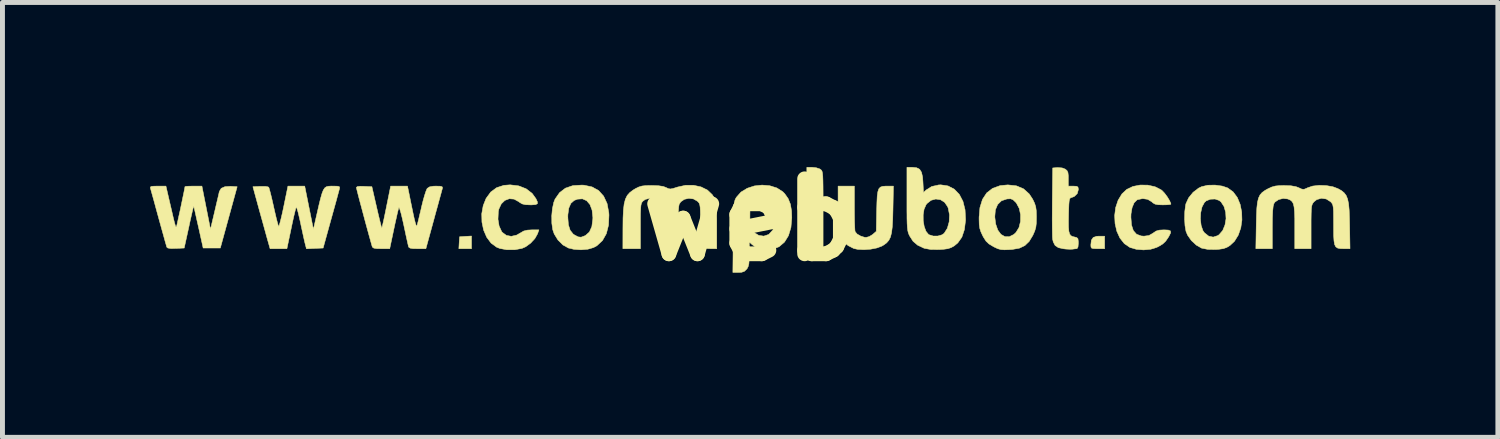
<source format=kicad_pcb>
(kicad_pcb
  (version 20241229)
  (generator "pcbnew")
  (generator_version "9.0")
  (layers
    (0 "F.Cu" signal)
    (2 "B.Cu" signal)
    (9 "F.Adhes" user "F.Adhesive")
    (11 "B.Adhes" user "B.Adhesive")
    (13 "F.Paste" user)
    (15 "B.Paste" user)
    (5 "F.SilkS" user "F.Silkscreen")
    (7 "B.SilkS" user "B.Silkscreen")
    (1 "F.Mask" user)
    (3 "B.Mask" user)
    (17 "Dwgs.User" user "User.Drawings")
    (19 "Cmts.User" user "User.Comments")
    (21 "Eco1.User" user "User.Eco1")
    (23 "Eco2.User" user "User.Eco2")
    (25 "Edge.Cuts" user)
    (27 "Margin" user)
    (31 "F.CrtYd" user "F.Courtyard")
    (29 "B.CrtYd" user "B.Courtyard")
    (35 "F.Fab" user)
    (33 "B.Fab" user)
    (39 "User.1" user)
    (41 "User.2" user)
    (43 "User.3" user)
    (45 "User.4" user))
  (footprint "web"
    (layer "F.Cu")
    (at 12.175 1.418)
    (property "Reference" "web" (at 0 0 0) (layer "F.SilkS") (effects (font (size 1.524 1.524) (thickness 0.3))))
    (attr through_hole)
    (fp_poly (pts (xy -5.644 0.585) (xy -5.901 0.585) (xy -5.894 0.464) (xy -5.886 0.343) (xy -5.765 0.335) (xy -5.644 0.328) (xy -5.644 0.585)) (stroke (width 0.01) (type solid)) (fill yes) (layer "F.SilkS"))
    (fp_poly (pts (xy 7.221 0.585) (xy 7.081 0.585) (xy 7.001 0.584) (xy 6.959 0.575) (xy 6.944 0.553) (xy 6.941 0.509) (xy 6.941 0.507) (xy 6.952 0.412) (xy 6.99 0.357) (xy 7.061 0.333) (xy 7.107 0.331) (xy 7.221 0.331) (xy 7.221 0.585)) (stroke (width 0.01) (type solid)) (fill yes) (layer "F.SilkS"))
    (fp_poly (pts (xy 1.361 -1.059) (xy 1.431 -1.036) (xy 1.444 -1.028) (xy 1.459 -1.016) (xy 1.472 -1.001) (xy 1.482 -0.977) (xy 1.489 -0.939) (xy 1.494 -0.881) (xy 1.497 -0.798) (xy 1.499 -0.684) (xy 1.5 -0.533) (xy 1.5 -0.341) (xy 1.5 -0.202) (xy 1.5 0.585) (xy 1.17 0.585) (xy 1.17 -1.068) (xy 1.278 -1.068) (xy 1.361 -1.059)) (stroke (width 0.01) (type solid)) (fill yes) (layer "F.SilkS"))
    (fp_poly (pts (xy 2.136 -0.244) (xy 2.137 -0.096) (xy 2.139 0.035) (xy 2.143 0.142) (xy 2.147 0.214) (xy 2.152 0.24) (xy 2.191 0.287) (xy 2.261 0.328) (xy 2.34 0.353) (xy 2.375 0.356) (xy 2.437 0.34) (xy 2.503 0.3) (xy 2.509 0.295) (xy 2.581 0.233) (xy 2.589 -0.182) (xy 2.594 -0.354) (xy 2.6 -0.482) (xy 2.613 -0.572) (xy 2.633 -0.631) (xy 2.664 -0.665) (xy 2.709 -0.681) (xy 2.77 -0.686) (xy 2.803 -0.686) (xy 2.929 -0.686) (xy 2.92 -0.21) (xy 2.915 -0.012) (xy 2.906 0.143) (xy 2.891 0.261) (xy 2.869 0.349) (xy 2.836 0.415) (xy 2.791 0.467) (xy 2.732 0.51) (xy 2.695 0.532) (xy 2.595 0.57) (xy 2.467 0.595) (xy 2.33 0.605) (xy 2.204 0.599) (xy 2.123 0.581) (xy 2.01 0.523) (xy 1.912 0.443) (xy 1.847 0.354) (xy 1.841 0.341) (xy 1.827 0.29) (xy 1.816 0.211) (xy 1.81 0.098) (xy 1.806 -0.055) (xy 1.805 -0.215) (xy 1.805 -0.686) (xy 2.136 -0.686) (xy 2.136 -0.244)) (stroke (width 0.01) (type solid)) (fill yes) (layer "F.SilkS"))
    (fp_poly (pts (xy -4.686 -0.691) (xy -4.534 -0.632) (xy -4.412 -0.538) (xy -4.334 -0.43) (xy -4.305 -0.366) (xy -4.305 -0.329) (xy -4.341 -0.311) (xy -4.42 -0.305) (xy -4.452 -0.305) (xy -4.549 -0.309) (xy -4.615 -0.325) (xy -4.669 -0.357) (xy -4.683 -0.369) (xy -4.779 -0.422) (xy -4.876 -0.43) (xy -4.966 -0.396) (xy -5.039 -0.325) (xy -5.088 -0.22) (xy -5.099 -0.169) (xy -5.106 -0.014) (xy -5.083 0.125) (xy -5.032 0.236) (xy -5.018 0.254) (xy -4.936 0.315) (xy -4.836 0.334) (xy -4.729 0.31) (xy -4.653 0.267) (xy -4.585 0.227) (xy -4.509 0.208) (xy -4.42 0.203) (xy -4.274 0.203) (xy -4.302 0.283) (xy -4.356 0.379) (xy -4.442 0.472) (xy -4.543 0.546) (xy -4.618 0.579) (xy -4.768 0.607) (xy -4.924 0.607) (xy -5.067 0.581) (xy -5.133 0.555) (xy -5.246 0.472) (xy -5.335 0.353) (xy -5.398 0.207) (xy -5.432 0.045) (xy -5.436 -0.124) (xy -5.406 -0.291) (xy -5.348 -0.436) (xy -5.253 -0.566) (xy -5.134 -0.654) (xy -4.987 -0.702) (xy -4.859 -0.712) (xy -4.686 -0.691)) (stroke (width 0.01) (type solid)) (fill yes) (layer "F.SilkS"))
    (fp_poly (pts (xy 6.357 -1.056) (xy 6.422 -1.031) (xy 6.457 -1.001) (xy 6.476 -0.961) (xy 6.483 -0.895) (xy 6.483 -0.838) (xy 6.483 -0.686) (xy 6.585 -0.686) (xy 6.65 -0.683) (xy 6.679 -0.667) (xy 6.687 -0.627) (xy 6.687 -0.614) (xy 6.664 -0.533) (xy 6.602 -0.474) (xy 6.547 -0.454) (xy 6.525 -0.446) (xy 6.511 -0.427) (xy 6.501 -0.387) (xy 6.495 -0.318) (xy 6.491 -0.212) (xy 6.489 -0.14) (xy 6.486 0.025) (xy 6.487 0.147) (xy 6.494 0.231) (xy 6.51 0.287) (xy 6.534 0.32) (xy 6.569 0.338) (xy 6.599 0.345) (xy 6.654 0.359) (xy 6.679 0.383) (xy 6.686 0.435) (xy 6.687 0.473) (xy 6.68 0.551) (xy 6.66 0.584) (xy 6.655 0.585) (xy 6.604 0.59) (xy 6.572 0.595) (xy 6.519 0.597) (xy 6.437 0.593) (xy 6.385 0.587) (xy 6.281 0.564) (xy 6.215 0.52) (xy 6.177 0.447) (xy 6.165 0.396) (xy 6.161 0.35) (xy 6.159 0.261) (xy 6.157 0.136) (xy 6.156 -0.016) (xy 6.157 -0.19) (xy 6.158 -0.369) (xy 6.166 -1.055) (xy 6.263 -1.063) (xy 6.357 -1.056)) (stroke (width 0.01) (type solid)) (fill yes) (layer "F.SilkS"))
    (fp_poly (pts (xy -3.359 -0.705) (xy -3.195 -0.67) (xy -3.061 -0.596) (xy -2.959 -0.482) (xy -2.889 -0.332) (xy -2.854 -0.145) (xy -2.851 -0.098) (xy -2.86 0.107) (xy -2.904 0.28) (xy -2.983 0.42) (xy -3.096 0.525) (xy -3.164 0.562) (xy -3.28 0.596) (xy -3.42 0.608) (xy -3.563 0.598) (xy -3.674 0.572) (xy -3.787 0.509) (xy -3.888 0.408) (xy -3.963 0.286) (xy -3.993 0.2) (xy -4.012 0.068) (xy -4.013 -0.051) (xy -3.687 -0.051) (xy -3.675 0.1) (xy -3.64 0.21) (xy -3.579 0.287) (xy -3.55 0.307) (xy -3.477 0.345) (xy -3.418 0.352) (xy -3.35 0.327) (xy -3.327 0.316) (xy -3.249 0.247) (xy -3.199 0.137) (xy -3.179 -0.016) (xy -3.178 -0.051) (xy -3.194 -0.198) (xy -3.237 -0.312) (xy -3.304 -0.39) (xy -3.39 -0.428) (xy -3.492 -0.421) (xy -3.558 -0.395) (xy -3.625 -0.336) (xy -3.667 -0.24) (xy -3.686 -0.104) (xy -3.687 -0.051) (xy -4.013 -0.051) (xy -4.014 -0.08) (xy -4 -0.228) (xy -3.972 -0.357) (xy -3.946 -0.423) (xy -3.854 -0.554) (xy -3.735 -0.645) (xy -3.585 -0.696) (xy -3.404 -0.707) (xy -3.359 -0.705)) (stroke (width 0.01) (type solid)) (fill yes) (layer "F.SilkS"))
    (fp_poly (pts (xy 9.61 -0.687) (xy 9.722 -0.649) (xy 9.832 -0.569) (xy 9.917 -0.455) (xy 9.975 -0.315) (xy 10.006 -0.16) (xy 10.011 0.003) (xy 9.988 0.162) (xy 9.937 0.309) (xy 9.859 0.435) (xy 9.769 0.519) (xy 9.702 0.56) (xy 9.633 0.584) (xy 9.545 0.597) (xy 9.479 0.602) (xy 9.316 0.599) (xy 9.193 0.574) (xy 9.191 0.574) (xy 9.083 0.512) (xy 8.983 0.419) (xy 8.906 0.309) (xy 8.874 0.231) (xy 8.854 0.115) (xy 8.847 -0.013) (xy 9.167 -0.013) (xy 9.182 0.113) (xy 9.218 0.218) (xy 9.248 0.261) (xy 9.336 0.331) (xy 9.427 0.35) (xy 9.519 0.32) (xy 9.547 0.301) (xy 9.621 0.215) (xy 9.667 0.102) (xy 9.688 -0.025) (xy 9.681 -0.153) (xy 9.648 -0.27) (xy 9.588 -0.363) (xy 9.549 -0.395) (xy 9.465 -0.424) (xy 9.369 -0.42) (xy 9.284 -0.386) (xy 9.249 -0.354) (xy 9.2 -0.263) (xy 9.173 -0.143) (xy 9.167 -0.013) (xy 8.847 -0.013) (xy 8.846 -0.027) (xy 8.85 -0.172) (xy 8.866 -0.297) (xy 8.873 -0.329) (xy 8.928 -0.448) (xy 9.018 -0.559) (xy 9.13 -0.645) (xy 9.192 -0.675) (xy 9.317 -0.704) (xy 9.464 -0.707) (xy 9.61 -0.687)) (stroke (width 0.01) (type solid)) (fill yes) (layer "F.SilkS"))
    (fp_poly (pts (xy 8.098 -0.706) (xy 8.246 -0.673) (xy 8.37 -0.61) (xy 8.39 -0.594) (xy 8.44 -0.541) (xy 8.493 -0.47) (xy 8.538 -0.396) (xy 8.565 -0.337) (xy 8.568 -0.319) (xy 8.545 -0.312) (xy 8.485 -0.307) (xy 8.404 -0.305) (xy 8.309 -0.308) (xy 8.247 -0.32) (xy 8.203 -0.345) (xy 8.177 -0.369) (xy 8.095 -0.418) (xy 7.994 -0.433) (xy 7.894 -0.412) (xy 7.878 -0.405) (xy 7.82 -0.347) (xy 7.779 -0.249) (xy 7.757 -0.121) (xy 7.755 -0.053) (xy 7.767 0.103) (xy 7.804 0.217) (xy 7.869 0.291) (xy 7.962 0.326) (xy 8.02 0.331) (xy 8.12 0.318) (xy 8.2 0.273) (xy 8.208 0.267) (xy 8.267 0.227) (xy 8.334 0.208) (xy 8.426 0.203) (xy 8.515 0.207) (xy 8.559 0.225) (xy 8.562 0.264) (xy 8.528 0.333) (xy 8.514 0.356) (xy 8.461 0.433) (xy 8.402 0.489) (xy 8.321 0.538) (xy 8.276 0.56) (xy 8.156 0.597) (xy 8.012 0.61) (xy 7.867 0.598) (xy 7.741 0.562) (xy 7.737 0.561) (xy 7.621 0.482) (xy 7.531 0.368) (xy 7.468 0.229) (xy 7.433 0.074) (xy 7.425 -0.089) (xy 7.445 -0.249) (xy 7.495 -0.399) (xy 7.573 -0.528) (xy 7.67 -0.619) (xy 7.795 -0.679) (xy 7.943 -0.708) (xy 8.098 -0.706)) (stroke (width 0.01) (type solid)) (fill yes) (layer "F.SilkS"))
    (fp_poly (pts (xy 5.428 -0.692) (xy 5.573 -0.631) (xy 5.688 -0.528) (xy 5.759 -0.42) (xy 5.798 -0.338) (xy 5.821 -0.266) (xy 5.832 -0.186) (xy 5.835 -0.078) (xy 5.835 -0.053) (xy 5.833 0.065) (xy 5.823 0.151) (xy 5.801 0.226) (xy 5.765 0.308) (xy 5.763 0.313) (xy 5.688 0.437) (xy 5.6 0.522) (xy 5.488 0.575) (xy 5.341 0.601) (xy 5.293 0.604) (xy 5.188 0.608) (xy 5.113 0.603) (xy 5.048 0.585) (xy 4.974 0.55) (xy 4.958 0.541) (xy 4.871 0.489) (xy 4.811 0.432) (xy 4.759 0.351) (xy 4.744 0.323) (xy 4.707 0.243) (xy 4.684 0.172) (xy 4.673 0.093) (xy 4.67 -0.015) (xy 4.67 -0.045) (xy 4.671 -0.062) (xy 4.989 -0.062) (xy 5.007 0.083) (xy 5.05 0.207) (xy 5.114 0.294) (xy 5.194 0.34) (xy 5.283 0.342) (xy 5.373 0.298) (xy 5.42 0.255) (xy 5.481 0.155) (xy 5.512 0.03) (xy 5.513 -0.105) (xy 5.486 -0.233) (xy 5.429 -0.34) (xy 5.414 -0.358) (xy 5.36 -0.409) (xy 5.311 -0.429) (xy 5.242 -0.426) (xy 5.231 -0.424) (xy 5.124 -0.388) (xy 5.047 -0.312) (xy 5.001 -0.203) (xy 4.989 -0.062) (xy 4.671 -0.062) (xy 4.687 -0.249) (xy 4.739 -0.417) (xy 4.825 -0.548) (xy 4.945 -0.641) (xy 5.097 -0.696) (xy 5.254 -0.711) (xy 5.428 -0.692)) (stroke (width 0.01) (type solid)) (fill yes) (layer "F.SilkS"))
    (fp_poly (pts (xy 3.401 -1.059) (xy 3.462 -1.028) (xy 3.5 -0.967) (xy 3.522 -0.87) (xy 3.53 -0.758) (xy 3.54 -0.556) (xy 3.594 -0.607) (xy 3.707 -0.678) (xy 3.848 -0.71) (xy 3.893 -0.712) (xy 4.041 -0.689) (xy 4.167 -0.623) (xy 4.268 -0.518) (xy 4.342 -0.377) (xy 4.385 -0.205) (xy 4.395 -0.006) (xy 4.395 0.008) (xy 4.371 0.199) (xy 4.32 0.351) (xy 4.238 0.467) (xy 4.165 0.528) (xy 4.102 0.563) (xy 4.036 0.585) (xy 3.95 0.597) (xy 3.856 0.603) (xy 3.687 0.601) (xy 3.564 0.579) (xy 3.548 0.574) (xy 3.42 0.513) (xy 3.328 0.434) (xy 3.261 0.33) (xy 3.243 0.293) (xy 3.23 0.257) (xy 3.22 0.213) (xy 3.213 0.154) (xy 3.208 0.075) (xy 3.205 -0.032) (xy 3.205 -0.103) (xy 3.534 -0.103) (xy 3.535 0.018) (xy 3.555 0.135) (xy 3.591 0.232) (xy 3.643 0.296) (xy 3.653 0.302) (xy 3.736 0.328) (xy 3.831 0.328) (xy 3.918 0.303) (xy 3.96 0.273) (xy 4.025 0.171) (xy 4.062 0.04) (xy 4.069 -0.101) (xy 4.043 -0.237) (xy 4.031 -0.268) (xy 3.97 -0.357) (xy 3.886 -0.41) (xy 3.79 -0.424) (xy 3.694 -0.398) (xy 3.611 -0.332) (xy 3.592 -0.307) (xy 3.552 -0.216) (xy 3.534 -0.103) (xy 3.205 -0.103) (xy 3.204 -0.174) (xy 3.204 -0.358) (xy 3.204 -0.425) (xy 3.204 -1.068) (xy 3.314 -1.068) (xy 3.401 -1.059)) (stroke (width 0.01) (type solid)) (fill yes) (layer "F.SilkS"))
    (fp_poly (pts (xy 0.416 -0.694) (xy 0.56 -0.649) (xy 0.681 -0.572) (xy 0.72 -0.532) (xy 0.791 -0.431) (xy 0.836 -0.319) (xy 0.859 -0.183) (xy 0.864 -0.045) (xy 0.847 0.153) (xy 0.797 0.32) (xy 0.716 0.451) (xy 0.606 0.545) (xy 0.47 0.599) (xy 0.357 0.61) (xy 0.238 0.601) (xy 0.145 0.567) (xy 0.057 0.501) (xy 0 0.449) (xy 0 0.691) (xy -0.002 0.81) (xy -0.008 0.891) (xy -0.021 0.945) (xy -0.042 0.987) (xy -0.053 1.001) (xy -0.099 1.045) (xy -0.157 1.065) (xy -0.219 1.068) (xy -0.333 1.068) (xy -0.326 0.35) (xy -0.323 0.139) (xy -0.321 -0.027) (xy -0.32 -0.051) (xy 0.013 -0.051) (xy 0.013 0.059) (xy 0.018 0.132) (xy 0.029 0.179) (xy 0.051 0.213) (xy 0.087 0.248) (xy 0.096 0.256) (xy 0.193 0.315) (xy 0.295 0.33) (xy 0.39 0.298) (xy 0.401 0.291) (xy 0.479 0.206) (xy 0.523 0.082) (xy 0.534 -0.043) (xy 0.518 -0.185) (xy 0.474 -0.299) (xy 0.409 -0.381) (xy 0.327 -0.426) (xy 0.235 -0.431) (xy 0.138 -0.391) (xy 0.096 -0.358) (xy 0.057 -0.321) (xy 0.032 -0.287) (xy 0.019 -0.244) (xy 0.014 -0.177) (xy 0.013 -0.075) (xy 0.013 -0.051) (xy -0.32 -0.051) (xy -0.317 -0.154) (xy -0.313 -0.25) (xy -0.307 -0.319) (xy -0.299 -0.369) (xy -0.289 -0.406) (xy -0.275 -0.436) (xy -0.261 -0.46) (xy -0.168 -0.565) (xy -0.042 -0.642) (xy 0.104 -0.69) (xy 0.261 -0.707) (xy 0.416 -0.694)) (stroke (width 0.01) (type solid)) (fill yes) (layer "F.SilkS"))
    (fp_poly (pts (xy -8.452 -0.686) (xy -8.373 -0.685) (xy -8.333 -0.677) (xy -8.323 -0.658) (xy -8.328 -0.629) (xy -8.339 -0.589) (xy -8.361 -0.508) (xy -8.392 -0.392) (xy -8.431 -0.252) (xy -8.475 -0.093) (xy -8.501 0) (xy -8.659 0.572) (xy -8.998 0.587) (xy -9.02 0.503) (xy -9.034 0.448) (xy -9.055 0.354) (xy -9.081 0.235) (xy -9.11 0.102) (xy -9.116 0.07) (xy -9.144 -0.053) (xy -9.168 -0.155) (xy -9.189 -0.226) (xy -9.203 -0.259) (xy -9.205 -0.26) (xy -9.216 -0.23) (xy -9.234 -0.159) (xy -9.259 -0.055) (xy -9.287 0.072) (xy -9.308 0.172) (xy -9.395 0.585) (xy -9.566 0.585) (xy -9.737 0.585) (xy -9.775 0.451) (xy -9.794 0.385) (xy -9.823 0.28) (xy -9.86 0.146) (xy -9.902 -0.006) (xy -9.947 -0.167) (xy -9.95 -0.178) (xy -10.086 -0.674) (xy -9.933 -0.681) (xy -9.839 -0.681) (xy -9.779 -0.671) (xy -9.763 -0.661) (xy -9.752 -0.627) (xy -9.732 -0.553) (xy -9.706 -0.448) (xy -9.677 -0.322) (xy -9.663 -0.259) (xy -9.633 -0.127) (xy -9.606 -0.013) (xy -9.583 0.073) (xy -9.568 0.124) (xy -9.563 0.133) (xy -9.553 0.115) (xy -9.535 0.056) (xy -9.511 -0.038) (xy -9.483 -0.159) (xy -9.46 -0.268) (xy -9.374 -0.686) (xy -9.033 -0.686) (xy -8.945 -0.248) (xy -8.857 0.191) (xy -8.787 -0.114) (xy -8.745 -0.297) (xy -8.711 -0.436) (xy -8.682 -0.537) (xy -8.655 -0.606) (xy -8.626 -0.65) (xy -8.591 -0.674) (xy -8.547 -0.684) (xy -8.49 -0.687) (xy -8.452 -0.686)) (stroke (width 0.01) (type solid)) (fill yes) (layer "F.SilkS"))
    (fp_poly (pts (xy -11.772 -0.337) (xy -11.732 -0.166) (xy -11.703 -0.039) (xy -11.681 0.049) (xy -11.665 0.105) (xy -11.655 0.135) (xy -11.647 0.143) (xy -11.641 0.136) (xy -11.637 0.127) (xy -11.628 0.093) (xy -11.612 0.021) (xy -11.59 -0.08) (xy -11.564 -0.197) (xy -11.538 -0.321) (xy -11.513 -0.441) (xy -11.491 -0.546) (xy -11.475 -0.626) (xy -11.467 -0.671) (xy -11.467 -0.675) (xy -11.444 -0.681) (xy -11.383 -0.685) (xy -11.297 -0.686) (xy -11.294 -0.686) (xy -11.122 -0.686) (xy -11.035 -0.248) (xy -10.948 0.191) (xy -10.864 -0.165) (xy -10.833 -0.298) (xy -10.805 -0.416) (xy -10.783 -0.51) (xy -10.77 -0.568) (xy -10.767 -0.578) (xy -10.73 -0.641) (xy -10.653 -0.675) (xy -10.535 -0.682) (xy -10.529 -0.681) (xy -10.406 -0.674) (xy -10.577 -0.051) (xy -10.748 0.572) (xy -11.097 0.572) (xy -11.19 0.153) (xy -11.222 0.013) (xy -11.249 -0.108) (xy -11.27 -0.203) (xy -11.284 -0.263) (xy -11.289 -0.28) (xy -11.295 -0.26) (xy -11.311 -0.199) (xy -11.333 -0.103) (xy -11.361 0.019) (xy -11.387 0.14) (xy -11.482 0.572) (xy -11.653 0.58) (xy -11.755 0.581) (xy -11.814 0.572) (xy -11.836 0.554) (xy -11.845 0.521) (xy -11.867 0.446) (xy -11.897 0.337) (xy -11.935 0.201) (xy -11.978 0.046) (xy -12.001 -0.038) (xy -12.046 -0.201) (xy -12.086 -0.349) (xy -12.121 -0.475) (xy -12.148 -0.571) (xy -12.164 -0.629) (xy -12.168 -0.642) (xy -12.17 -0.666) (xy -12.15 -0.68) (xy -12.098 -0.685) (xy -12.017 -0.686) (xy -11.853 -0.686) (xy -11.772 -0.337)) (stroke (width 0.01) (type solid)) (fill yes) (layer "F.SilkS"))
    (fp_poly (pts (xy 11.724 -0.697) (xy 11.86 -0.673) (xy 11.961 -0.635) (xy 12.033 -0.595) (xy 12.088 -0.55) (xy 12.129 -0.496) (xy 12.158 -0.424) (xy 12.178 -0.328) (xy 12.19 -0.199) (xy 12.196 -0.032) (xy 12.199 0.108) (xy 12.207 0.585) (xy 12.08 0.585) (xy 12.009 0.583) (xy 11.956 0.573) (xy 11.919 0.548) (xy 11.895 0.502) (xy 11.882 0.428) (xy 11.875 0.318) (xy 11.874 0.167) (xy 11.874 0.099) (xy 11.873 -0.054) (xy 11.872 -0.164) (xy 11.868 -0.24) (xy 11.86 -0.291) (xy 11.848 -0.325) (xy 11.83 -0.351) (xy 11.811 -0.37) (xy 11.724 -0.425) (xy 11.625 -0.439) (xy 11.531 -0.412) (xy 11.473 -0.366) (xy 11.453 -0.34) (xy 11.438 -0.312) (xy 11.427 -0.272) (xy 11.421 -0.213) (xy 11.418 -0.126) (xy 11.416 -0.004) (xy 11.416 0.141) (xy 11.416 0.585) (xy 11.085 0.585) (xy 11.085 0.145) (xy 11.085 -0.031) (xy 11.08 -0.164) (xy 11.071 -0.261) (xy 11.055 -0.328) (xy 11.031 -0.372) (xy 10.996 -0.402) (xy 10.948 -0.423) (xy 10.939 -0.426) (xy 10.849 -0.436) (xy 10.757 -0.413) (xy 10.684 -0.364) (xy 10.661 -0.331) (xy 10.646 -0.277) (xy 10.636 -0.18) (xy 10.63 -0.038) (xy 10.628 0.153) (xy 10.628 0.159) (xy 10.628 0.585) (xy 10.294 0.585) (xy 10.302 0.108) (xy 10.307 -0.088) (xy 10.314 -0.241) (xy 10.327 -0.357) (xy 10.348 -0.443) (xy 10.379 -0.508) (xy 10.422 -0.557) (xy 10.479 -0.598) (xy 10.536 -0.63) (xy 10.615 -0.667) (xy 10.69 -0.688) (xy 10.781 -0.697) (xy 10.869 -0.698) (xy 11.007 -0.693) (xy 11.109 -0.675) (xy 11.166 -0.653) (xy 11.228 -0.625) (xy 11.272 -0.621) (xy 11.321 -0.64) (xy 11.344 -0.652) (xy 11.448 -0.687) (xy 11.58 -0.702) (xy 11.724 -0.697)) (stroke (width 0.01) (type solid)) (fill yes) (layer "F.SilkS"))
    (fp_poly (pts (xy -0.98 -0.67) (xy -0.85 -0.606) (xy -0.752 -0.512) (xy -0.718 -0.459) (xy -0.698 -0.415) (xy -0.683 -0.371) (xy -0.673 -0.317) (xy -0.666 -0.246) (xy -0.663 -0.148) (xy -0.661 -0.015) (xy -0.661 0.12) (xy -0.661 0.585) (xy -0.787 0.585) (xy -0.856 0.582) (xy -0.908 0.569) (xy -0.945 0.54) (xy -0.969 0.488) (xy -0.983 0.407) (xy -0.99 0.29) (xy -0.992 0.13) (xy -0.992 0.075) (xy -0.992 -0.075) (xy -0.994 -0.183) (xy -0.998 -0.258) (xy -1.006 -0.307) (xy -1.018 -0.339) (xy -1.037 -0.364) (xy -1.053 -0.379) (xy -1.134 -0.426) (xy -1.228 -0.438) (xy -1.319 -0.418) (xy -1.392 -0.367) (xy -1.425 -0.315) (xy -1.433 -0.268) (xy -1.44 -0.181) (xy -1.446 -0.064) (xy -1.449 0.074) (xy -1.449 0.167) (xy -1.449 0.585) (xy -1.78 0.585) (xy -1.78 0.132) (xy -1.78 -0.031) (xy -1.781 -0.15) (xy -1.785 -0.234) (xy -1.791 -0.291) (xy -1.801 -0.328) (xy -1.816 -0.353) (xy -1.836 -0.374) (xy -1.837 -0.375) (xy -1.923 -0.425) (xy -2.021 -0.439) (xy -2.113 -0.416) (xy -2.161 -0.381) (xy -2.179 -0.36) (xy -2.193 -0.332) (xy -2.202 -0.289) (xy -2.207 -0.225) (xy -2.211 -0.131) (xy -2.212 -0.00032) (xy -2.212 0.127) (xy -2.212 0.585) (xy -2.568 0.585) (xy -2.567 0.172) (xy -2.565 -0.035) (xy -2.557 -0.198) (xy -2.542 -0.324) (xy -2.517 -0.421) (xy -2.48 -0.496) (xy -2.428 -0.555) (xy -2.36 -0.606) (xy -2.311 -0.636) (xy -2.246 -0.668) (xy -2.18 -0.688) (xy -2.098 -0.697) (xy -1.983 -0.699) (xy -1.845 -0.694) (xy -1.747 -0.679) (xy -1.69 -0.657) (xy -1.644 -0.635) (xy -1.603 -0.628) (xy -1.549 -0.638) (xy -1.466 -0.664) (xy -1.461 -0.666) (xy -1.294 -0.703) (xy -1.131 -0.703) (xy -0.98 -0.67)) (stroke (width 0.01) (type solid)) (fill yes) (layer "F.SilkS"))
    (fp_poly (pts (xy -6.917 -0.553) (xy -6.901 -0.473) (xy -6.878 -0.359) (xy -6.851 -0.229) (xy -6.83 -0.127) (xy -6.806 -0.017) (xy -6.784 0.067) (xy -6.766 0.118) (xy -6.755 0.128) (xy -6.755 0.127) (xy -6.744 0.089) (xy -6.724 0.012) (xy -6.699 -0.094) (xy -6.669 -0.219) (xy -6.662 -0.253) (xy -6.63 -0.382) (xy -6.598 -0.496) (xy -6.569 -0.584) (xy -6.547 -0.635) (xy -6.542 -0.641) (xy -6.496 -0.671) (xy -6.419 -0.685) (xy -6.362 -0.686) (xy -6.282 -0.684) (xy -6.243 -0.675) (xy -6.233 -0.656) (xy -6.235 -0.642) (xy -6.245 -0.606) (xy -6.266 -0.528) (xy -6.297 -0.416) (xy -6.335 -0.276) (xy -6.379 -0.118) (xy -6.409 -0.006) (xy -6.571 0.585) (xy -6.742 0.585) (xy -6.836 0.583) (xy -6.891 0.574) (xy -6.918 0.556) (xy -6.925 0.54) (xy -6.934 0.501) (xy -6.952 0.421) (xy -6.976 0.312) (xy -7.004 0.181) (xy -7.02 0.106) (xy -7.049 -0.024) (xy -7.075 -0.131) (xy -7.098 -0.208) (xy -7.114 -0.248) (xy -7.12 -0.25) (xy -7.131 -0.215) (xy -7.15 -0.139) (xy -7.174 -0.031) (xy -7.203 0.098) (xy -7.221 0.184) (xy -7.306 0.585) (xy -7.478 0.585) (xy -7.572 0.583) (xy -7.628 0.574) (xy -7.655 0.556) (xy -7.663 0.54) (xy -7.688 0.451) (xy -7.721 0.333) (xy -7.759 0.195) (xy -7.8 0.045) (xy -7.841 -0.109) (xy -7.881 -0.259) (xy -7.918 -0.396) (xy -7.948 -0.512) (xy -7.97 -0.599) (xy -7.982 -0.649) (xy -7.984 -0.658) (xy -7.965 -0.676) (xy -7.907 -0.683) (xy -7.826 -0.681) (xy -7.668 -0.674) (xy -7.572 -0.256) (xy -7.54 -0.118) (xy -7.511 0.002) (xy -7.488 0.094) (xy -7.473 0.152) (xy -7.468 0.168) (xy -7.461 0.147) (xy -7.446 0.084) (xy -7.424 -0.014) (xy -7.398 -0.138) (xy -7.374 -0.256) (xy -7.287 -0.686) (xy -6.945 -0.686) (xy -6.917 -0.553)) (stroke (width 0.01) (type solid)) (fill yes) (layer "F.SilkS")))
  (gr_rect
    (start -3 -3)
    (end 27.387 5.836)
    (stroke (width 0.1) (type default))
    (fill no)
    (layer "Edge.Cuts")))
</source>
